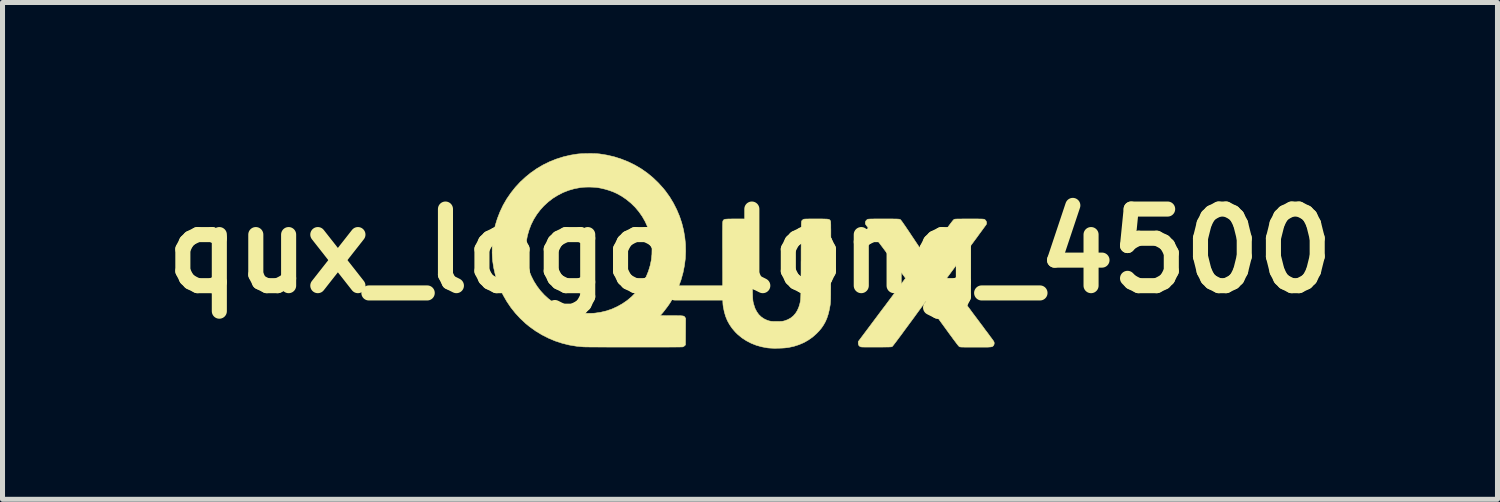
<source format=kicad_pcb>
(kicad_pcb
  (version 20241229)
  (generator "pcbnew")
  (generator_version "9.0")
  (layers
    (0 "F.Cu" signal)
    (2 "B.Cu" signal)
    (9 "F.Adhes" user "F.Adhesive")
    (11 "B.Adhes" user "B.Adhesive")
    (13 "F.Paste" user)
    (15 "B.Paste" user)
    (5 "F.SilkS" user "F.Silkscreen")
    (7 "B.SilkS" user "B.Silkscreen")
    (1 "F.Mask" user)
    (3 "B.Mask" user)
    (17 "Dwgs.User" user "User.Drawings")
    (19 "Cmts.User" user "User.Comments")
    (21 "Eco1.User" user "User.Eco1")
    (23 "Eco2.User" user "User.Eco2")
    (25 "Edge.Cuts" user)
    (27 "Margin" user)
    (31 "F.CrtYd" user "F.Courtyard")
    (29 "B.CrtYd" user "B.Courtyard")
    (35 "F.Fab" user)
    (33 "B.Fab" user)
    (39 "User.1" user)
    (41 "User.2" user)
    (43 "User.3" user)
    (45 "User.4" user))
  (footprint "qux_logo_long_4500"
    (layer "F.Cu")
    (at 11.873 1.944)
    (property "Reference" "qux_logo_long_4500" (at 0 0 0) (layer "F.SilkS") (effects (font (size 1.524 1.524) (thickness 0.3))))
    (attr through_hole)
    (fp_poly (pts (xy -3.149 -1.939) (xy -3.097 -1.938) (xy -3.051 -1.936) (xy -3.012 -1.933) (xy -2.997 -1.932) (xy -2.847 -1.908) (xy -2.701 -1.874) (xy -2.561 -1.829) (xy -2.425 -1.775) (xy -2.294 -1.711) (xy -2.169 -1.638) (xy -2.05 -1.555) (xy -1.937 -1.463) (xy -1.831 -1.362) (xy -1.731 -1.252) (xy -1.683 -1.193) (xy -1.598 -1.075) (xy -1.524 -0.952) (xy -1.459 -0.824) (xy -1.403 -0.692) (xy -1.358 -0.557) (xy -1.323 -0.419) (xy -1.299 -0.279) (xy -1.284 -0.138) (xy -1.281 0.005) (xy -1.287 0.148) (xy -1.305 0.29) (xy -1.333 0.431) (xy -1.372 0.571) (xy -1.378 0.589) (xy -1.42 0.705) (xy -1.469 0.814) (xy -1.524 0.921) (xy -1.588 1.027) (xy -1.61 1.06) (xy -1.626 1.083) (xy -1.646 1.111) (xy -1.669 1.141) (xy -1.692 1.171) (xy -1.715 1.201) (xy -1.736 1.227) (xy -1.754 1.248) (xy -1.768 1.263) (xy -1.772 1.267) (xy -1.78 1.276) (xy -1.784 1.282) (xy -1.778 1.283) (xy -1.763 1.284) (xy -1.738 1.285) (xy -1.706 1.286) (xy -1.668 1.286) (xy -1.624 1.287) (xy -1.576 1.287) (xy -1.559 1.287) (xy -1.501 1.287) (xy -1.452 1.287) (xy -1.413 1.288) (xy -1.382 1.288) (xy -1.357 1.29) (xy -1.339 1.292) (xy -1.325 1.295) (xy -1.315 1.298) (xy -1.308 1.303) (xy -1.302 1.309) (xy -1.297 1.316) (xy -1.294 1.321) (xy -1.281 1.34) (xy -1.284 1.868) (xy -1.302 1.886) (xy -1.318 1.898) (xy -1.337 1.907) (xy -1.341 1.908) (xy -1.349 1.909) (xy -1.368 1.909) (xy -1.396 1.91) (xy -1.434 1.91) (xy -1.48 1.911) (xy -1.534 1.911) (xy -1.595 1.911) (xy -1.662 1.912) (xy -1.735 1.912) (xy -1.812 1.912) (xy -1.894 1.912) (xy -1.98 1.912) (xy -2.068 1.912) (xy -2.158 1.912) (xy -2.249 1.912) (xy -2.341 1.912) (xy -2.433 1.912) (xy -2.524 1.912) (xy -2.614 1.912) (xy -2.701 1.912) (xy -2.785 1.912) (xy -2.866 1.911) (xy -2.943 1.911) (xy -3.014 1.911) (xy -3.079 1.91) (xy -3.139 1.91) (xy -3.19 1.91) (xy -3.234 1.909) (xy -3.269 1.909) (xy -3.295 1.908) (xy -3.31 1.908) (xy -3.455 1.894) (xy -3.599 1.87) (xy -3.739 1.835) (xy -3.877 1.79) (xy -4.01 1.734) (xy -4.14 1.668) (xy -4.264 1.593) (xy -4.383 1.508) (xy -4.462 1.444) (xy -4.569 1.344) (xy -4.668 1.237) (xy -4.758 1.124) (xy -4.839 1.004) (xy -4.911 0.879) (xy -4.973 0.749) (xy -5.026 0.614) (xy -5.068 0.476) (xy -5.1 0.334) (xy -5.122 0.19) (xy -5.122 0.185) (xy -5.126 0.134) (xy -5.129 0.076) (xy -5.13 0.038) (xy -4.463 0.038) (xy -4.452 0.154) (xy -4.451 0.167) (xy -4.428 0.282) (xy -4.396 0.393) (xy -4.353 0.5) (xy -4.301 0.602) (xy -4.24 0.699) (xy -4.171 0.79) (xy -4.094 0.874) (xy -4.01 0.951) (xy -3.918 1.02) (xy -3.821 1.081) (xy -3.717 1.133) (xy -3.608 1.176) (xy -3.57 1.188) (xy -3.461 1.216) (xy -3.348 1.233) (xy -3.233 1.241) (xy -3.119 1.239) (xy -3.084 1.236) (xy -2.969 1.219) (xy -2.856 1.192) (xy -2.746 1.154) (xy -2.64 1.106) (xy -2.539 1.049) (xy -2.444 0.984) (xy -2.355 0.909) (xy -2.274 0.827) (xy -2.259 0.81) (xy -2.185 0.716) (xy -2.121 0.616) (xy -2.066 0.512) (xy -2.022 0.404) (xy -1.988 0.293) (xy -1.964 0.18) (xy -1.952 0.065) (xy -1.95 -0.052) (xy -1.959 -0.17) (xy -1.973 -0.258) (xy -2.001 -0.372) (xy -2.039 -0.481) (xy -2.087 -0.587) (xy -2.144 -0.687) (xy -2.211 -0.782) (xy -2.286 -0.871) (xy -2.369 -0.952) (xy -2.459 -1.026) (xy -2.556 -1.092) (xy -2.65 -1.144) (xy -2.723 -1.177) (xy -2.803 -1.206) (xy -2.887 -1.231) (xy -2.973 -1.251) (xy -3.034 -1.262) (xy -3.081 -1.267) (xy -3.136 -1.27) (xy -3.195 -1.272) (xy -3.255 -1.271) (xy -3.312 -1.269) (xy -3.362 -1.264) (xy -3.376 -1.262) (xy -3.494 -1.24) (xy -3.609 -1.207) (xy -3.719 -1.164) (xy -3.824 -1.11) (xy -3.924 -1.048) (xy -4.017 -0.976) (xy -4.105 -0.895) (xy -4.175 -0.817) (xy -4.244 -0.726) (xy -4.305 -0.628) (xy -4.356 -0.525) (xy -4.397 -0.417) (xy -4.429 -0.306) (xy -4.45 -0.193) (xy -4.462 -0.078) (xy -4.463 0.038) (xy -5.13 0.038) (xy -5.13 0.013) (xy -5.13 -0.051) (xy -5.129 -0.113) (xy -5.126 -0.17) (xy -5.122 -0.217) (xy -5.101 -0.363) (xy -5.07 -0.506) (xy -5.027 -0.645) (xy -4.975 -0.779) (xy -4.913 -0.91) (xy -4.841 -1.035) (xy -4.759 -1.154) (xy -4.669 -1.268) (xy -4.57 -1.375) (xy -4.461 -1.475) (xy -4.364 -1.554) (xy -4.244 -1.638) (xy -4.119 -1.712) (xy -3.988 -1.776) (xy -3.853 -1.83) (xy -3.713 -1.874) (xy -3.567 -1.908) (xy -3.443 -1.928) (xy -3.408 -1.932) (xy -3.364 -1.935) (xy -3.314 -1.937) (xy -3.26 -1.938) (xy -3.204 -1.939) (xy -3.149 -1.939)) (stroke (width 0.01) (type solid)) (fill yes) (layer "F.SilkS"))
    (fp_poly (pts (xy 4.428 -0.638) (xy 4.482 -0.638) (xy 4.526 -0.638) (xy 4.563 -0.637) (xy 4.592 -0.637) (xy 4.614 -0.636) (xy 4.632 -0.635) (xy 4.644 -0.634) (xy 4.654 -0.632) (xy 4.66 -0.631) (xy 4.666 -0.628) (xy 4.668 -0.628) (xy 4.687 -0.611) (xy 4.701 -0.589) (xy 4.707 -0.564) (xy 4.705 -0.54) (xy 4.701 -0.529) (xy 4.697 -0.523) (xy 4.686 -0.508) (xy 4.67 -0.486) (xy 4.648 -0.456) (xy 4.622 -0.42) (xy 4.59 -0.377) (xy 4.555 -0.329) (xy 4.516 -0.275) (xy 4.473 -0.217) (xy 4.428 -0.156) (xy 4.38 -0.091) (xy 4.33 -0.023) (xy 4.303 0.012) (xy 3.912 0.542) (xy 4.376 1.161) (xy 4.431 1.236) (xy 4.485 1.308) (xy 4.537 1.377) (xy 4.586 1.443) (xy 4.633 1.505) (xy 4.675 1.563) (xy 4.715 1.615) (xy 4.75 1.662) (xy 4.78 1.704) (xy 4.806 1.738) (xy 4.826 1.765) (xy 4.84 1.785) (xy 4.848 1.797) (xy 4.85 1.799) (xy 4.858 1.823) (xy 4.858 1.848) (xy 4.85 1.872) (xy 4.842 1.884) (xy 4.836 1.89) (xy 4.83 1.895) (xy 4.824 1.9) (xy 4.815 1.903) (xy 4.804 1.906) (xy 4.789 1.909) (xy 4.77 1.91) (xy 4.745 1.912) (xy 4.714 1.913) (xy 4.675 1.913) (xy 4.628 1.913) (xy 4.572 1.913) (xy 4.505 1.913) (xy 4.489 1.913) (xy 4.422 1.913) (xy 4.366 1.913) (xy 4.319 1.913) (xy 4.28 1.913) (xy 4.249 1.912) (xy 4.225 1.912) (xy 4.206 1.911) (xy 4.192 1.91) (xy 4.182 1.908) (xy 4.174 1.907) (xy 4.168 1.905) (xy 4.166 1.904) (xy 4.161 1.9) (xy 4.154 1.893) (xy 4.144 1.882) (xy 4.131 1.866) (xy 4.115 1.846) (xy 4.095 1.819) (xy 4.071 1.787) (xy 4.042 1.749) (xy 4.009 1.703) (xy 3.97 1.651) (xy 3.926 1.59) (xy 3.876 1.521) (xy 3.822 1.447) (xy 3.497 1) (xy 3.459 1.052) (xy 3.385 1.153) (xy 3.314 1.25) (xy 3.248 1.341) (xy 3.185 1.426) (xy 3.127 1.505) (xy 3.073 1.578) (xy 3.025 1.644) (xy 2.981 1.703) (xy 2.942 1.755) (xy 2.909 1.8) (xy 2.881 1.836) (xy 2.859 1.865) (xy 2.843 1.885) (xy 2.834 1.896) (xy 2.831 1.899) (xy 2.828 1.901) (xy 2.823 1.904) (xy 2.818 1.905) (xy 2.809 1.907) (xy 2.798 1.908) (xy 2.782 1.909) (xy 2.76 1.91) (xy 2.733 1.91) (xy 2.698 1.911) (xy 2.655 1.911) (xy 2.603 1.912) (xy 2.541 1.912) (xy 2.516 1.912) (xy 2.447 1.912) (xy 2.389 1.912) (xy 2.34 1.912) (xy 2.3 1.912) (xy 2.268 1.911) (xy 2.243 1.911) (xy 2.225 1.91) (xy 2.211 1.908) (xy 2.203 1.907) (xy 2.199 1.906) (xy 2.174 1.89) (xy 2.16 1.871) (xy 2.154 1.844) (xy 2.153 1.835) (xy 2.153 1.803) (xy 2.623 1.175) (xy 2.679 1.101) (xy 2.733 1.029) (xy 2.785 0.959) (xy 2.834 0.894) (xy 2.88 0.832) (xy 2.922 0.775) (xy 2.961 0.722) (xy 2.995 0.676) (xy 3.025 0.635) (xy 3.05 0.601) (xy 3.07 0.574) (xy 3.084 0.555) (xy 3.092 0.544) (xy 3.093 0.542) (xy 3.09 0.536) (xy 3.08 0.523) (xy 3.065 0.501) (xy 3.043 0.472) (xy 3.017 0.437) (xy 2.986 0.395) (xy 2.951 0.348) (xy 2.912 0.295) (xy 2.87 0.238) (xy 2.825 0.177) (xy 2.777 0.113) (xy 2.727 0.046) (xy 2.7 0.01) (xy 2.649 -0.059) (xy 2.599 -0.125) (xy 2.552 -0.188) (xy 2.508 -0.248) (xy 2.466 -0.304) (xy 2.428 -0.355) (xy 2.395 -0.4) (xy 2.365 -0.44) (xy 2.34 -0.474) (xy 2.321 -0.501) (xy 2.307 -0.52) (xy 2.3 -0.53) (xy 2.298 -0.532) (xy 2.293 -0.556) (xy 2.296 -0.581) (xy 2.308 -0.604) (xy 2.328 -0.623) (xy 2.333 -0.627) (xy 2.337 -0.629) (xy 2.342 -0.631) (xy 2.349 -0.633) (xy 2.359 -0.634) (xy 2.372 -0.635) (xy 2.389 -0.636) (xy 2.412 -0.637) (xy 2.442 -0.637) (xy 2.478 -0.638) (xy 2.523 -0.638) (xy 2.578 -0.638) (xy 2.642 -0.638) (xy 2.659 -0.638) (xy 2.726 -0.638) (xy 2.783 -0.638) (xy 2.83 -0.638) (xy 2.869 -0.637) (xy 2.901 -0.637) (xy 2.925 -0.636) (xy 2.944 -0.635) (xy 2.959 -0.634) (xy 2.969 -0.633) (xy 2.977 -0.631) (xy 2.983 -0.629) (xy 2.986 -0.628) (xy 2.99 -0.625) (xy 2.997 -0.619) (xy 3.004 -0.61) (xy 3.015 -0.597) (xy 3.028 -0.579) (xy 3.044 -0.557) (xy 3.063 -0.529) (xy 3.087 -0.495) (xy 3.115 -0.453) (xy 3.148 -0.405) (xy 3.186 -0.348) (xy 3.229 -0.283) (xy 3.253 -0.248) (xy 3.291 -0.19) (xy 3.328 -0.135) (xy 3.363 -0.083) (xy 3.395 -0.036) (xy 3.424 0.006) (xy 3.449 0.043) (xy 3.47 0.074) (xy 3.486 0.097) (xy 3.497 0.113) (xy 3.503 0.12) (xy 3.503 0.121) (xy 3.507 0.116) (xy 3.517 0.103) (xy 3.532 0.082) (xy 3.553 0.054) (xy 3.578 0.02) (xy 3.607 -0.02) (xy 3.64 -0.066) (xy 3.676 -0.115) (xy 3.715 -0.168) (xy 3.755 -0.225) (xy 3.773 -0.249) (xy 3.824 -0.319) (xy 3.869 -0.381) (xy 3.907 -0.434) (xy 3.941 -0.48) (xy 3.969 -0.518) (xy 3.993 -0.55) (xy 4.013 -0.576) (xy 4.028 -0.596) (xy 4.041 -0.61) (xy 4.05 -0.62) (xy 4.056 -0.626) (xy 4.059 -0.628) (xy 4.064 -0.63) (xy 4.07 -0.632) (xy 4.079 -0.634) (xy 4.092 -0.635) (xy 4.108 -0.636) (xy 4.13 -0.637) (xy 4.158 -0.637) (xy 4.194 -0.637) (xy 4.237 -0.638) (xy 4.29 -0.638) (xy 4.353 -0.638) (xy 4.363 -0.638) (xy 4.428 -0.638)) (stroke (width 0.01) (type solid)) (fill yes) (layer "F.SilkS"))
    (fp_poly (pts (xy 1.373 -0.638) (xy 1.424 -0.638) (xy 1.466 -0.637) (xy 1.5 -0.636) (xy 1.526 -0.635) (xy 1.547 -0.633) (xy 1.562 -0.63) (xy 1.574 -0.626) (xy 1.582 -0.622) (xy 1.588 -0.616) (xy 1.594 -0.609) (xy 1.597 -0.603) (xy 1.599 -0.6) (xy 1.6 -0.597) (xy 1.602 -0.593) (xy 1.603 -0.588) (xy 1.604 -0.58) (xy 1.605 -0.57) (xy 1.605 -0.557) (xy 1.606 -0.54) (xy 1.607 -0.519) (xy 1.607 -0.493) (xy 1.607 -0.461) (xy 1.608 -0.424) (xy 1.608 -0.38) (xy 1.608 -0.329) (xy 1.608 -0.27) (xy 1.608 -0.203) (xy 1.608 -0.127) (xy 1.608 -0.042) (xy 1.607 0.053) (xy 1.607 0.158) (xy 1.607 0.212) (xy 1.607 0.322) (xy 1.607 0.422) (xy 1.606 0.512) (xy 1.606 0.592) (xy 1.606 0.664) (xy 1.606 0.727) (xy 1.605 0.783) (xy 1.605 0.831) (xy 1.605 0.873) (xy 1.604 0.909) (xy 1.604 0.94) (xy 1.603 0.966) (xy 1.602 0.988) (xy 1.601 1.007) (xy 1.6 1.023) (xy 1.599 1.036) (xy 1.598 1.048) (xy 1.597 1.059) (xy 1.595 1.069) (xy 1.594 1.079) (xy 1.593 1.083) (xy 1.576 1.176) (xy 1.555 1.26) (xy 1.53 1.336) (xy 1.5 1.406) (xy 1.464 1.47) (xy 1.423 1.531) (xy 1.375 1.589) (xy 1.323 1.643) (xy 1.245 1.712) (xy 1.161 1.771) (xy 1.072 1.822) (xy 0.976 1.863) (xy 0.874 1.896) (xy 0.768 1.919) (xy 0.731 1.924) (xy 0.686 1.929) (xy 0.634 1.932) (xy 0.579 1.934) (xy 0.523 1.935) (xy 0.469 1.935) (xy 0.418 1.933) (xy 0.374 1.93) (xy 0.344 1.927) (xy 0.232 1.906) (xy 0.125 1.876) (xy 0.024 1.836) (xy -0.071 1.787) (xy -0.159 1.73) (xy -0.241 1.663) (xy -0.292 1.613) (xy -0.354 1.541) (xy -0.406 1.466) (xy -0.45 1.387) (xy -0.485 1.302) (xy -0.512 1.21) (xy -0.532 1.111) (xy -0.534 1.098) (xy -0.535 1.088) (xy -0.537 1.077) (xy -0.538 1.065) (xy -0.539 1.051) (xy -0.54 1.034) (xy -0.541 1.014) (xy -0.541 0.991) (xy -0.542 0.963) (xy -0.543 0.93) (xy -0.543 0.892) (xy -0.544 0.848) (xy -0.544 0.797) (xy -0.544 0.739) (xy -0.545 0.673) (xy -0.545 0.598) (xy -0.545 0.515) (xy -0.545 0.422) (xy -0.546 0.318) (xy -0.546 0.223) (xy -0.546 0.112) (xy -0.546 0.011) (xy -0.547 -0.08) (xy -0.547 -0.16) (xy -0.547 -0.232) (xy -0.547 -0.295) (xy -0.547 -0.351) (xy -0.547 -0.399) (xy -0.546 -0.44) (xy -0.546 -0.475) (xy -0.546 -0.504) (xy -0.545 -0.528) (xy -0.545 -0.547) (xy -0.544 -0.563) (xy -0.543 -0.575) (xy -0.542 -0.583) (xy -0.541 -0.59) (xy -0.54 -0.595) (xy -0.539 -0.598) (xy -0.537 -0.601) (xy -0.536 -0.603) (xy -0.531 -0.611) (xy -0.525 -0.618) (xy -0.519 -0.623) (xy -0.509 -0.628) (xy -0.497 -0.631) (xy -0.48 -0.634) (xy -0.457 -0.635) (xy -0.429 -0.637) (xy -0.392 -0.637) (xy -0.347 -0.638) (xy -0.293 -0.638) (xy -0.25 -0.638) (xy -0.192 -0.638) (xy -0.144 -0.638) (xy -0.106 -0.637) (xy -0.075 -0.637) (xy -0.051 -0.636) (xy -0.033 -0.636) (xy -0.02 -0.634) (xy -0.011 -0.633) (xy -0.004 -0.631) (xy 0.001 -0.628) (xy 0.004 -0.627) (xy 0.019 -0.615) (xy 0.032 -0.601) (xy 0.032 -0.6) (xy 0.034 -0.598) (xy 0.035 -0.594) (xy 0.036 -0.589) (xy 0.037 -0.581) (xy 0.038 -0.571) (xy 0.039 -0.558) (xy 0.04 -0.541) (xy 0.04 -0.519) (xy 0.041 -0.493) (xy 0.042 -0.46) (xy 0.042 -0.422) (xy 0.043 -0.377) (xy 0.043 -0.325) (xy 0.043 -0.265) (xy 0.044 -0.196) (xy 0.044 -0.119) (xy 0.045 -0.032) (xy 0.045 0.065) (xy 0.046 0.173) (xy 0.046 0.18) (xy 0.046 0.29) (xy 0.046 0.39) (xy 0.047 0.479) (xy 0.047 0.559) (xy 0.048 0.63) (xy 0.048 0.693) (xy 0.049 0.748) (xy 0.049 0.797) (xy 0.05 0.839) (xy 0.051 0.875) (xy 0.052 0.906) (xy 0.053 0.932) (xy 0.055 0.955) (xy 0.056 0.974) (xy 0.058 0.991) (xy 0.06 1.005) (xy 0.063 1.019) (xy 0.065 1.031) (xy 0.068 1.043) (xy 0.072 1.055) (xy 0.076 1.069) (xy 0.077 1.072) (xy 0.101 1.145) (xy 0.134 1.208) (xy 0.173 1.263) (xy 0.22 1.309) (xy 0.274 1.347) (xy 0.335 1.376) (xy 0.377 1.39) (xy 0.394 1.394) (xy 0.411 1.397) (xy 0.43 1.4) (xy 0.452 1.401) (xy 0.482 1.402) (xy 0.519 1.402) (xy 0.531 1.402) (xy 0.571 1.402) (xy 0.602 1.401) (xy 0.626 1.4) (xy 0.646 1.398) (xy 0.663 1.395) (xy 0.679 1.391) (xy 0.684 1.39) (xy 0.75 1.366) (xy 0.808 1.334) (xy 0.86 1.293) (xy 0.904 1.243) (xy 0.941 1.185) (xy 0.97 1.119) (xy 0.984 1.075) (xy 0.988 1.061) (xy 0.991 1.048) (xy 0.995 1.035) (xy 0.997 1.023) (xy 1 1.01) (xy 1.002 0.996) (xy 1.004 0.98) (xy 1.006 0.962) (xy 1.007 0.94) (xy 1.009 0.915) (xy 1.01 0.886) (xy 1.011 0.851) (xy 1.012 0.811) (xy 1.012 0.766) (xy 1.013 0.713) (xy 1.013 0.653) (xy 1.014 0.585) (xy 1.014 0.508) (xy 1.015 0.422) (xy 1.015 0.326) (xy 1.015 0.22) (xy 1.016 0.18) (xy 1.016 0.072) (xy 1.016 -0.026) (xy 1.017 -0.114) (xy 1.017 -0.192) (xy 1.018 -0.261) (xy 1.018 -0.321) (xy 1.019 -0.374) (xy 1.019 -0.419) (xy 1.02 -0.458) (xy 1.02 -0.491) (xy 1.021 -0.518) (xy 1.021 -0.54) (xy 1.022 -0.557) (xy 1.023 -0.571) (xy 1.024 -0.581) (xy 1.025 -0.588) (xy 1.026 -0.594) (xy 1.027 -0.597) (xy 1.029 -0.6) (xy 1.029 -0.6) (xy 1.041 -0.614) (xy 1.057 -0.626) (xy 1.057 -0.627) (xy 1.062 -0.629) (xy 1.068 -0.632) (xy 1.076 -0.633) (xy 1.086 -0.635) (xy 1.101 -0.636) (xy 1.121 -0.637) (xy 1.148 -0.637) (xy 1.182 -0.638) (xy 1.224 -0.638) (xy 1.276 -0.638) (xy 1.311 -0.638) (xy 1.373 -0.638)) (stroke (width 0.01) (type solid)) (fill yes) (layer "F.SilkS")))
  (gr_rect
    (start -3 -3)
    (end 26.745 6.884)
    (stroke (width 0.1) (type default))
    (fill no)
    (layer "Edge.Cuts")))
</source>
